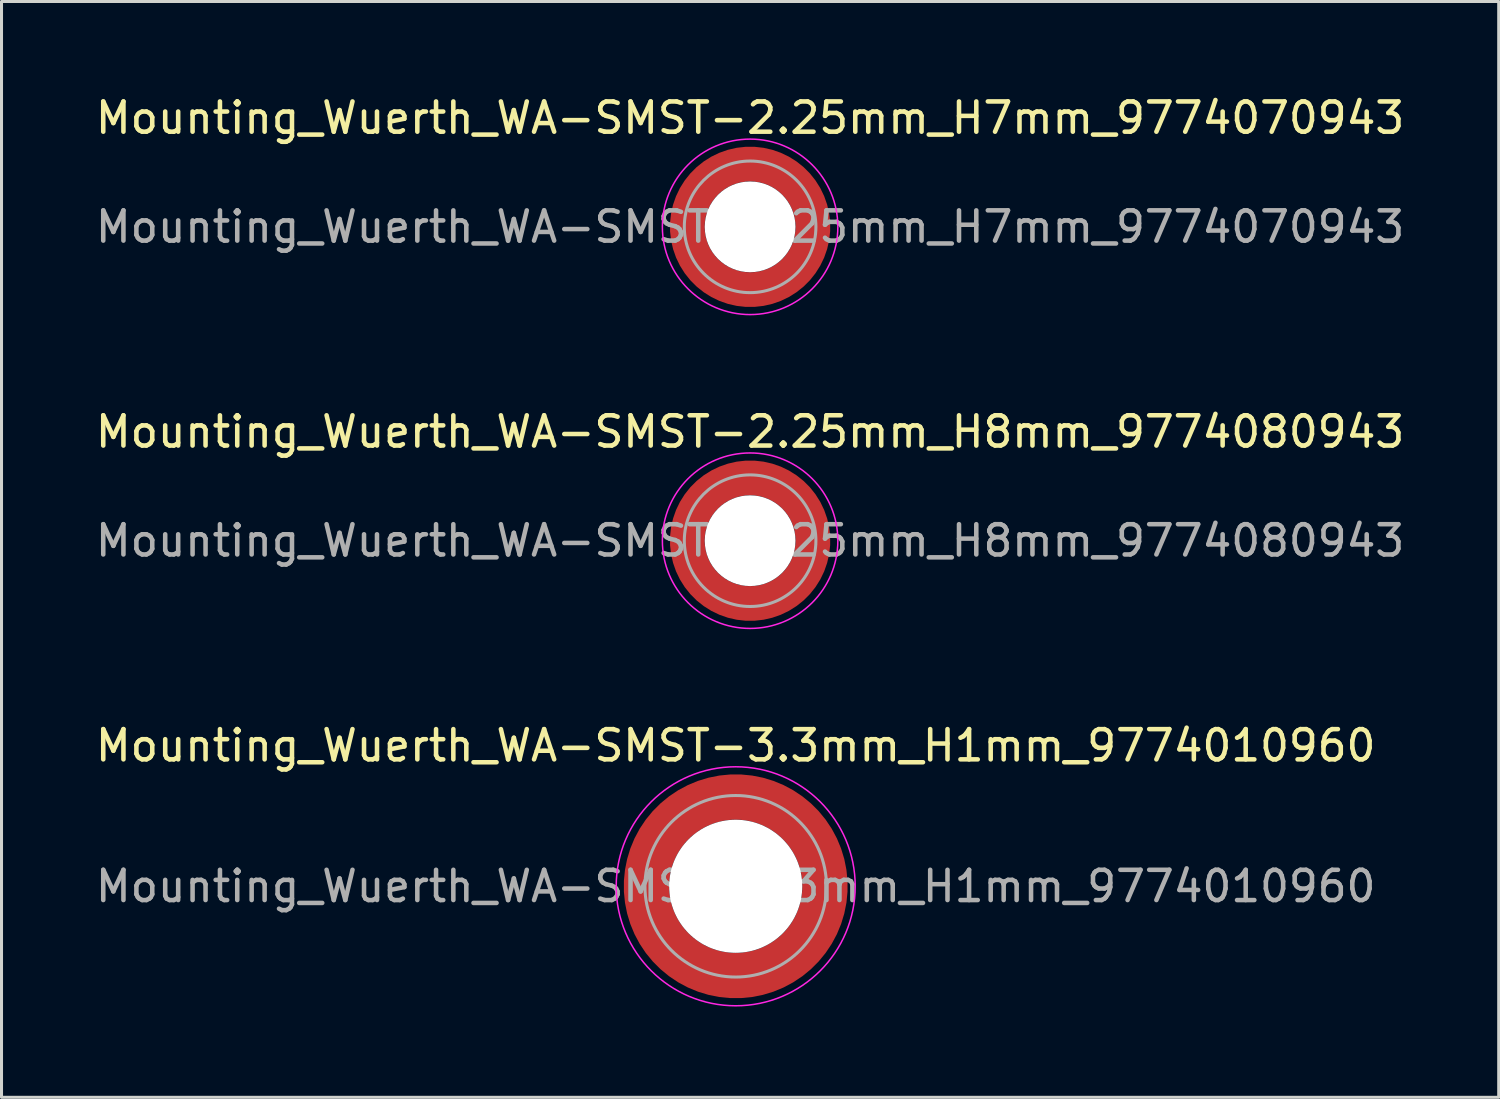
<source format=kicad_pcb>
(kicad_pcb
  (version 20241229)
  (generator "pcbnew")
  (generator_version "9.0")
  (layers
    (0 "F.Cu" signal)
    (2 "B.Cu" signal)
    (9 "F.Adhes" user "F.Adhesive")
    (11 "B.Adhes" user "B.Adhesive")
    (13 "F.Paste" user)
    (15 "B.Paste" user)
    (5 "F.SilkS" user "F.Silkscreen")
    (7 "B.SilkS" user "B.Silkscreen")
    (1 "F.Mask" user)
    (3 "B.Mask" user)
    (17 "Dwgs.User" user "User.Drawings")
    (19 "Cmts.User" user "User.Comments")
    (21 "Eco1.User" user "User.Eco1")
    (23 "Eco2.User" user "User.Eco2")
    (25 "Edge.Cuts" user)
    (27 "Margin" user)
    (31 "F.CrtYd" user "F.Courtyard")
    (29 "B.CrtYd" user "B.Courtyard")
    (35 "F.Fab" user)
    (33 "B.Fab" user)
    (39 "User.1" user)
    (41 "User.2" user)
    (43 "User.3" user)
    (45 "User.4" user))
  (footprint "Mounting_Wuerth_WA-SMST-2.25mm_H7mm_9774070943"
    (layer "F.Cu")
    (at 21.744 4.448)
    (property "Reference" "Mounting_Wuerth_WA-SMST-2.25mm_H7mm_9774070943" (at 0 -3.6 0) (layer "F.SilkS") (effects (font (size 1 1) (thickness 0.15))))
    (attr smd)
    (fp_circle (center 0 0) (end 2.9 0) (stroke (width 0.05) (type solid)) (fill no) (layer "F.CrtYd"))
    (fp_circle (center 0 0) (end 2.175 0) (stroke (width 0.1) (type solid)) (fill no) (layer "F.Fab"))
    (fp_text user "${REFERENCE}" (at 0 0 0) (layer "F.Fab") (effects (font (size 1 1) (thickness 0.15))))
    (pad "" smd custom (at -1.453 -1.453) (size 0.61 0.61) (layers "F.Paste") (options (anchor circle)) (primitives (gr_arc (start -0.147677 1.053104) (mid 0.285964 0.286792) (end 1.051968 -0.147393) (width 0.2)) (gr_arc (start -0.240295 1.053104) (mid 0.22253 0.222946) (end 1.052531 -0.24016) (width 0.2)) (gr_arc (start -0.332645 1.053104) (mid 0.158548 0.15965) (end 1.051583 -0.332304) (width 0.2)) (gr_arc (start -0.424767 1.053104) (mid 0.09486 0.096059) (end 1.051446 -0.424413) (width 0.2)) (gr_arc (start -0.516693 1.053104) (mid 0.031293 0.032346) (end 1.051645 -0.516396) (width 0.2)) (gr_arc (start -0.608448 1.053104) (mid -0.032323 -0.031316) (end 1.051707 -0.608176) (width 0.2)) (gr_arc (start -0.700056 1.053104) (mid -0.09616 -0.094758) (end 1.051155 -0.699693) (width 0.2)) (gr_arc (start -0.791534 1.053104) (mid -0.160388 -0.15781) (end 1.049515 -0.790891) (width 0.2)) (gr_arc (start -0.882896 1.053104) (mid -0.223713 -0.221764) (end 1.050388 -0.882429) (width 0.2)) (gr_arc (start -0.974157 1.053104) (mid -0.287654 -0.285101) (end 1.049541 -0.973567) (width 0.2)) (gr_line (start 1.053 -0.148) (end 1.053 -0.974) (width 0.2)) (gr_line (start -0.148 1.053) (end -0.974 1.053) (width 0.2))))
    (pad "" smd custom (at -1.453 1.453) (size 0.61 0.61) (layers "F.Paste") (options (anchor circle)) (primitives (gr_arc (start 1.053104 0.147677) (mid 0.286792 -0.285964) (end -0.147393 -1.051968) (width 0.2)) (gr_arc (start 1.053104 0.240295) (mid 0.222946 -0.22253) (end -0.24016 -1.052531) (width 0.2)) (gr_arc (start 1.053104 0.332645) (mid 0.15965 -0.158548) (end -0.332304 -1.051583) (width 0.2)) (gr_arc (start 1.053104 0.424767) (mid 0.096059 -0.09486) (end -0.424413 -1.051446) (width 0.2)) (gr_arc (start 1.053104 0.516693) (mid 0.032346 -0.031293) (end -0.516396 -1.051645) (width 0.2)) (gr_arc (start 1.053104 0.608448) (mid -0.031316 0.032323) (end -0.608176 -1.051707) (width 0.2)) (gr_arc (start 1.053104 0.700056) (mid -0.094758 0.09616) (end -0.699693 -1.051155) (width 0.2)) (gr_arc (start 1.053104 0.791534) (mid -0.15781 0.160388) (end -0.790891 -1.049515) (width 0.2)) (gr_arc (start 1.053104 0.882896) (mid -0.221764 0.223713) (end -0.882429 -1.050388) (width 0.2)) (gr_arc (start 1.053104 0.974157) (mid -0.285101 0.287654) (end -0.973567 -1.049541) (width 0.2)) (gr_line (start -0.148 -1.053) (end -0.974 -1.053) (width 0.2)) (gr_line (start 1.053 0.148) (end 1.053 0.974) (width 0.2))))
    (pad "" np_thru_hole circle (at 0 0) (size 3 3) (drill 3) (layers "*.Cu" "*.Mask"))
    (pad "" smd custom (at 1.453 -1.453) (size 0.61 0.61) (layers "F.Paste") (options (anchor circle)) (primitives (gr_arc (start -1.053104 -0.147677) (mid -0.286792 0.285964) (end 0.147393 1.051968) (width 0.2)) (gr_arc (start -1.053104 -0.240295) (mid -0.222946 0.22253) (end 0.24016 1.052531) (width 0.2)) (gr_arc (start -1.053104 -0.332645) (mid -0.15965 0.158548) (end 0.332304 1.051583) (width 0.2)) (gr_arc (start -1.053104 -0.424767) (mid -0.096059 0.09486) (end 0.424413 1.051446) (width 0.2)) (gr_arc (start -1.053104 -0.516693) (mid -0.032346 0.031293) (end 0.516396 1.051645) (width 0.2)) (gr_arc (start -1.053104 -0.608448) (mid 0.031316 -0.032323) (end 0.608176 1.051707) (width 0.2)) (gr_arc (start -1.053104 -0.700056) (mid 0.094758 -0.09616) (end 0.699693 1.051155) (width 0.2)) (gr_arc (start -1.053104 -0.791534) (mid 0.15781 -0.160388) (end 0.790891 1.049515) (width 0.2)) (gr_arc (start -1.053104 -0.882896) (mid 0.221764 -0.223713) (end 0.882429 1.050388) (width 0.2)) (gr_arc (start -1.053104 -0.974157) (mid 0.285101 -0.287654) (end 0.973567 1.049541) (width 0.2)) (gr_line (start 0.148 1.053) (end 0.974 1.053) (width 0.2)) (gr_line (start -1.053 -0.148) (end -1.053 -0.974) (width 0.2))))
    (pad "" smd custom (at 1.453 1.453) (size 0.61 0.61) (layers "F.Paste") (options (anchor circle)) (primitives (gr_arc (start 0.147677 -1.053104) (mid -0.285964 -0.286792) (end -1.051968 0.147393) (width 0.2)) (gr_arc (start 0.240295 -1.053104) (mid -0.22253 -0.222946) (end -1.052531 0.24016) (width 0.2)) (gr_arc (start 0.332645 -1.053104) (mid -0.158548 -0.15965) (end -1.051583 0.332304) (width 0.2)) (gr_arc (start 0.424767 -1.053104) (mid -0.09486 -0.096059) (end -1.051446 0.424413) (width 0.2)) (gr_arc (start 0.516693 -1.053104) (mid -0.031293 -0.032346) (end -1.051645 0.516396) (width 0.2)) (gr_arc (start 0.608448 -1.053104) (mid 0.032323 0.031316) (end -1.051707 0.608176) (width 0.2)) (gr_arc (start 0.700056 -1.053104) (mid 0.09616 0.094758) (end -1.051155 0.699693) (width 0.2)) (gr_arc (start 0.791534 -1.053104) (mid 0.160388 0.15781) (end -1.049515 0.790891) (width 0.2)) (gr_arc (start 0.882896 -1.053104) (mid 0.223713 0.221764) (end -1.050388 0.882429) (width 0.2)) (gr_arc (start 0.974157 -1.053104) (mid 0.287654 0.285101) (end -1.049541 0.973567) (width 0.2)) (gr_line (start -1.053 0.148) (end -1.053 0.974) (width 0.2)) (gr_line (start 0.148 -1.053) (end 0.974 -1.053) (width 0.2))))
    (pad "1" smd circle (at -2.075 0) (size 0.75 0.75) (layers "F.Cu"))
    (pad "1" smd circle (at 0 -2.075) (size 0.75 0.75) (layers "F.Cu"))
    (pad "1" smd circle (at 0 2.075) (size 0.75 0.75) (layers "F.Cu"))
    (pad "1" smd custom (at 2.075 0) (size 0.75 0.75) (layers "F.Cu" "F.Mask") (options (anchor circle)) (primitives (gr_circle (center -2.075 0) (end 0 0) (width 1.15) (fill no)))))
  (footprint "Mounting_Wuerth_WA-SMST-2.25mm_H8mm_9774080943"
    (layer "F.Cu")
    (at 21.744 14.822)
    (property "Reference" "Mounting_Wuerth_WA-SMST-2.25mm_H8mm_9774080943" (at 0 -3.6 0) (layer "F.SilkS") (effects (font (size 1 1) (thickness 0.15))))
    (attr smd)
    (fp_circle (center 0 0) (end 2.9 0) (stroke (width 0.05) (type solid)) (fill no) (layer "F.CrtYd"))
    (fp_circle (center 0 0) (end 2.175 0) (stroke (width 0.1) (type solid)) (fill no) (layer "F.Fab"))
    (fp_text user "${REFERENCE}" (at 0 0 0) (layer "F.Fab") (effects (font (size 1 1) (thickness 0.15))))
    (pad "" smd custom (at -1.453 -1.453) (size 0.61 0.61) (layers "F.Paste") (options (anchor circle)) (primitives (gr_arc (start -0.147677 1.053104) (mid 0.285964 0.286792) (end 1.051968 -0.147393) (width 0.2)) (gr_arc (start -0.240295 1.053104) (mid 0.22253 0.222946) (end 1.052531 -0.24016) (width 0.2)) (gr_arc (start -0.332645 1.053104) (mid 0.158548 0.15965) (end 1.051583 -0.332304) (width 0.2)) (gr_arc (start -0.424767 1.053104) (mid 0.09486 0.096059) (end 1.051446 -0.424413) (width 0.2)) (gr_arc (start -0.516693 1.053104) (mid 0.031293 0.032346) (end 1.051645 -0.516396) (width 0.2)) (gr_arc (start -0.608448 1.053104) (mid -0.032323 -0.031316) (end 1.051707 -0.608176) (width 0.2)) (gr_arc (start -0.700056 1.053104) (mid -0.09616 -0.094758) (end 1.051155 -0.699693) (width 0.2)) (gr_arc (start -0.791534 1.053104) (mid -0.160388 -0.15781) (end 1.049515 -0.790891) (width 0.2)) (gr_arc (start -0.882896 1.053104) (mid -0.223713 -0.221764) (end 1.050388 -0.882429) (width 0.2)) (gr_arc (start -0.974157 1.053104) (mid -0.287654 -0.285101) (end 1.049541 -0.973567) (width 0.2)) (gr_line (start 1.053 -0.148) (end 1.053 -0.974) (width 0.2)) (gr_line (start -0.148 1.053) (end -0.974 1.053) (width 0.2))))
    (pad "" smd custom (at -1.453 1.453) (size 0.61 0.61) (layers "F.Paste") (options (anchor circle)) (primitives (gr_arc (start 1.053104 0.147677) (mid 0.286792 -0.285964) (end -0.147393 -1.051968) (width 0.2)) (gr_arc (start 1.053104 0.240295) (mid 0.222946 -0.22253) (end -0.24016 -1.052531) (width 0.2)) (gr_arc (start 1.053104 0.332645) (mid 0.15965 -0.158548) (end -0.332304 -1.051583) (width 0.2)) (gr_arc (start 1.053104 0.424767) (mid 0.096059 -0.09486) (end -0.424413 -1.051446) (width 0.2)) (gr_arc (start 1.053104 0.516693) (mid 0.032346 -0.031293) (end -0.516396 -1.051645) (width 0.2)) (gr_arc (start 1.053104 0.608448) (mid -0.031316 0.032323) (end -0.608176 -1.051707) (width 0.2)) (gr_arc (start 1.053104 0.700056) (mid -0.094758 0.09616) (end -0.699693 -1.051155) (width 0.2)) (gr_arc (start 1.053104 0.791534) (mid -0.15781 0.160388) (end -0.790891 -1.049515) (width 0.2)) (gr_arc (start 1.053104 0.882896) (mid -0.221764 0.223713) (end -0.882429 -1.050388) (width 0.2)) (gr_arc (start 1.053104 0.974157) (mid -0.285101 0.287654) (end -0.973567 -1.049541) (width 0.2)) (gr_line (start -0.148 -1.053) (end -0.974 -1.053) (width 0.2)) (gr_line (start 1.053 0.148) (end 1.053 0.974) (width 0.2))))
    (pad "" np_thru_hole circle (at 0 0) (size 3 3) (drill 3) (layers "*.Cu" "*.Mask"))
    (pad "" smd custom (at 1.453 -1.453) (size 0.61 0.61) (layers "F.Paste") (options (anchor circle)) (primitives (gr_arc (start -1.053104 -0.147677) (mid -0.286792 0.285964) (end 0.147393 1.051968) (width 0.2)) (gr_arc (start -1.053104 -0.240295) (mid -0.222946 0.22253) (end 0.24016 1.052531) (width 0.2)) (gr_arc (start -1.053104 -0.332645) (mid -0.15965 0.158548) (end 0.332304 1.051583) (width 0.2)) (gr_arc (start -1.053104 -0.424767) (mid -0.096059 0.09486) (end 0.424413 1.051446) (width 0.2)) (gr_arc (start -1.053104 -0.516693) (mid -0.032346 0.031293) (end 0.516396 1.051645) (width 0.2)) (gr_arc (start -1.053104 -0.608448) (mid 0.031316 -0.032323) (end 0.608176 1.051707) (width 0.2)) (gr_arc (start -1.053104 -0.700056) (mid 0.094758 -0.09616) (end 0.699693 1.051155) (width 0.2)) (gr_arc (start -1.053104 -0.791534) (mid 0.15781 -0.160388) (end 0.790891 1.049515) (width 0.2)) (gr_arc (start -1.053104 -0.882896) (mid 0.221764 -0.223713) (end 0.882429 1.050388) (width 0.2)) (gr_arc (start -1.053104 -0.974157) (mid 0.285101 -0.287654) (end 0.973567 1.049541) (width 0.2)) (gr_line (start 0.148 1.053) (end 0.974 1.053) (width 0.2)) (gr_line (start -1.053 -0.148) (end -1.053 -0.974) (width 0.2))))
    (pad "" smd custom (at 1.453 1.453) (size 0.61 0.61) (layers "F.Paste") (options (anchor circle)) (primitives (gr_arc (start 0.147677 -1.053104) (mid -0.285964 -0.286792) (end -1.051968 0.147393) (width 0.2)) (gr_arc (start 0.240295 -1.053104) (mid -0.22253 -0.222946) (end -1.052531 0.24016) (width 0.2)) (gr_arc (start 0.332645 -1.053104) (mid -0.158548 -0.15965) (end -1.051583 0.332304) (width 0.2)) (gr_arc (start 0.424767 -1.053104) (mid -0.09486 -0.096059) (end -1.051446 0.424413) (width 0.2)) (gr_arc (start 0.516693 -1.053104) (mid -0.031293 -0.032346) (end -1.051645 0.516396) (width 0.2)) (gr_arc (start 0.608448 -1.053104) (mid 0.032323 0.031316) (end -1.051707 0.608176) (width 0.2)) (gr_arc (start 0.700056 -1.053104) (mid 0.09616 0.094758) (end -1.051155 0.699693) (width 0.2)) (gr_arc (start 0.791534 -1.053104) (mid 0.160388 0.15781) (end -1.049515 0.790891) (width 0.2)) (gr_arc (start 0.882896 -1.053104) (mid 0.223713 0.221764) (end -1.050388 0.882429) (width 0.2)) (gr_arc (start 0.974157 -1.053104) (mid 0.287654 0.285101) (end -1.049541 0.973567) (width 0.2)) (gr_line (start -1.053 0.148) (end -1.053 0.974) (width 0.2)) (gr_line (start 0.148 -1.053) (end 0.974 -1.053) (width 0.2))))
    (pad "1" smd circle (at -2.075 0) (size 0.75 0.75) (layers "F.Cu"))
    (pad "1" smd circle (at 0 -2.075) (size 0.75 0.75) (layers "F.Cu"))
    (pad "1" smd circle (at 0 2.075) (size 0.75 0.75) (layers "F.Cu"))
    (pad "1" smd custom (at 2.075 0) (size 0.75 0.75) (layers "F.Cu" "F.Mask") (options (anchor circle)) (primitives (gr_circle (center -2.075 0) (end 0 0) (width 1.15) (fill no)))))
  (footprint "Mounting_Wuerth_WA-SMST-3.3mm_H1mm_9774010960"
    (layer "F.Cu")
    (at 21.268 26.245)
    (property "Reference" "Mounting_Wuerth_WA-SMST-3.3mm_H1mm_9774010960" (at 0 -4.65 0) (layer "F.SilkS") (effects (font (size 1 1) (thickness 0.15))))
    (attr smd)
    (fp_circle (center 0 0) (end 3.95 0) (stroke (width 0.05) (type solid)) (fill no) (layer "F.CrtYd"))
    (fp_circle (center 0 0) (end 3 0) (stroke (width 0.1) (type solid)) (fill no) (layer "F.Fab"))
    (fp_text user "${REFERENCE}" (at 0 0 0) (layer "F.Fab") (effects (font (size 1 1) (thickness 0.15))))
    (pad "" smd custom (at -2.058 -2.058) (size 0.7 0.7) (layers "F.Paste") (options (anchor circle)) (primitives (gr_arc (start -0.377294 1.707681) (mid 0.317579 0.318817) (end 1.705947 -0.377044) (width 0.2)) (gr_arc (start -0.478281 1.707681) (mid 0.246161 0.248814) (end 1.703965 -0.477765) (width 0.2)) (gr_arc (start -0.579192 1.707681) (mid 0.175492 0.178063) (end 1.704077 -0.578711) (width 0.2)) (gr_arc (start -0.680037 1.707681) (mid 0.105568 0.106564) (end 1.706284 -0.679858) (width 0.2)) (gr_arc (start -0.780822 1.707681) (mid 0.034627 0.036085) (end 1.705634 -0.780569) (width 0.2)) (gr_arc (start -0.881554 1.707681) (mid -0.035694 -0.035016) (end 1.706729 -0.881441) (width 0.2)) (gr_arc (start -0.982237 1.707681) (mid -0.107281 -0.10485) (end 1.704266 -0.981842) (width 0.2)) (gr_arc (start -1.082877 1.707681) (mid -0.178372 -0.175181) (end 1.703197 -1.082374) (width 0.2)) (gr_arc (start -1.183476 1.707681) (mid -0.248964 -0.246008) (end 1.703525 -1.183025) (width 0.2)) (gr_arc (start -1.28404 1.707681) (mid -0.319062 -0.317333) (end 1.70525 -1.283784) (width 0.2)) (gr_line (start 1.708 -0.377) (end 1.708 -1.284) (width 0.2)) (gr_line (start -0.377 1.708) (end -1.284 1.708) (width 0.2))))
    (pad "" smd custom (at -2.058 2.058) (size 0.7 0.7) (layers "F.Paste") (options (anchor circle)) (primitives (gr_arc (start 1.707681 0.377294) (mid 0.318817 -0.317579) (end -0.377044 -1.705947) (width 0.2)) (gr_arc (start 1.707681 0.478281) (mid 0.248814 -0.246161) (end -0.477765 -1.703965) (width 0.2)) (gr_arc (start 1.707681 0.579192) (mid 0.178063 -0.175492) (end -0.578711 -1.704077) (width 0.2)) (gr_arc (start 1.707681 0.680037) (mid 0.106564 -0.105568) (end -0.679858 -1.706284) (width 0.2)) (gr_arc (start 1.707681 0.780822) (mid 0.036085 -0.034627) (end -0.780569 -1.705634) (width 0.2)) (gr_arc (start 1.707681 0.881554) (mid -0.035016 0.035694) (end -0.881441 -1.706729) (width 0.2)) (gr_arc (start 1.707681 0.982237) (mid -0.10485 0.107281) (end -0.981842 -1.704266) (width 0.2)) (gr_arc (start 1.707681 1.082877) (mid -0.175181 0.178372) (end -1.082374 -1.703197) (width 0.2)) (gr_arc (start 1.707681 1.183476) (mid -0.246008 0.248964) (end -1.183025 -1.703525) (width 0.2)) (gr_arc (start 1.707681 1.28404) (mid -0.317333 0.319062) (end -1.283784 -1.70525) (width 0.2)) (gr_line (start -0.377 -1.708) (end -1.284 -1.708) (width 0.2)) (gr_line (start 1.708 0.377) (end 1.708 1.284) (width 0.2))))
    (pad "" np_thru_hole circle (at 0 0) (size 4.4 4.4) (drill 4.4) (layers "*.Cu" "*.Mask"))
    (pad "" smd custom (at 2.058 -2.058) (size 0.7 0.7) (layers "F.Paste") (options (anchor circle)) (primitives (gr_arc (start -1.707681 -0.377294) (mid -0.318817 0.317579) (end 0.377044 1.705947) (width 0.2)) (gr_arc (start -1.707681 -0.478281) (mid -0.248814 0.246161) (end 0.477765 1.703965) (width 0.2)) (gr_arc (start -1.707681 -0.579192) (mid -0.178063 0.175492) (end 0.578711 1.704077) (width 0.2)) (gr_arc (start -1.707681 -0.680037) (mid -0.106564 0.105568) (end 0.679858 1.706284) (width 0.2)) (gr_arc (start -1.707681 -0.780822) (mid -0.036085 0.034627) (end 0.780569 1.705634) (width 0.2)) (gr_arc (start -1.707681 -0.881554) (mid 0.035016 -0.035694) (end 0.881441 1.706729) (width 0.2)) (gr_arc (start -1.707681 -0.982237) (mid 0.10485 -0.107281) (end 0.981842 1.704266) (width 0.2)) (gr_arc (start -1.707681 -1.082877) (mid 0.175181 -0.178372) (end 1.082374 1.703197) (width 0.2)) (gr_arc (start -1.707681 -1.183476) (mid 0.246008 -0.248964) (end 1.183025 1.703525) (width 0.2)) (gr_arc (start -1.707681 -1.28404) (mid 0.317333 -0.319062) (end 1.283784 1.70525) (width 0.2)) (gr_line (start 0.377 1.708) (end 1.284 1.708) (width 0.2)) (gr_line (start -1.708 -0.377) (end -1.708 -1.284) (width 0.2))))
    (pad "" smd custom (at 2.058 2.058) (size 0.7 0.7) (layers "F.Paste") (options (anchor circle)) (primitives (gr_arc (start 0.377294 -1.707681) (mid -0.317579 -0.318817) (end -1.705947 0.377044) (width 0.2)) (gr_arc (start 0.478281 -1.707681) (mid -0.246161 -0.248814) (end -1.703965 0.477765) (width 0.2)) (gr_arc (start 0.579192 -1.707681) (mid -0.175492 -0.178063) (end -1.704077 0.578711) (width 0.2)) (gr_arc (start 0.680037 -1.707681) (mid -0.105568 -0.106564) (end -1.706284 0.679858) (width 0.2)) (gr_arc (start 0.780822 -1.707681) (mid -0.034627 -0.036085) (end -1.705634 0.780569) (width 0.2)) (gr_arc (start 0.881554 -1.707681) (mid 0.035694 0.035016) (end -1.706729 0.881441) (width 0.2)) (gr_arc (start 0.982237 -1.707681) (mid 0.107281 0.10485) (end -1.704266 0.981842) (width 0.2)) (gr_arc (start 1.082877 -1.707681) (mid 0.178372 0.175181) (end -1.703197 1.082374) (width 0.2)) (gr_arc (start 1.183476 -1.707681) (mid 0.248964 0.246008) (end -1.703525 1.183025) (width 0.2)) (gr_arc (start 1.28404 -1.707681) (mid 0.319062 0.317333) (end -1.70525 1.283784) (width 0.2)) (gr_line (start -1.708 0.377) (end -1.708 1.284) (width 0.2)) (gr_line (start 0.377 -1.708) (end 1.284 -1.708) (width 0.2))))
    (pad "1" smd circle (at -2.95 0) (size 1.1 1.1) (layers "F.Cu"))
    (pad "1" smd circle (at 0 -2.95) (size 1.1 1.1) (layers "F.Cu"))
    (pad "1" smd circle (at 0 2.95) (size 1.1 1.1) (layers "F.Cu"))
    (pad "1" smd custom (at 2.95 0) (size 1.1 1.1) (layers "F.Cu" "F.Mask") (options (anchor circle)) (primitives (gr_circle (center -2.95 0) (end 0 0) (width 1.5) (fill no)))))
  (gr_rect
    (start -3 -3)
    (end 46.488 33.22)
    (stroke (width 0.1) (type default))
    (fill no)
    (layer "Edge.Cuts")))
</source>
